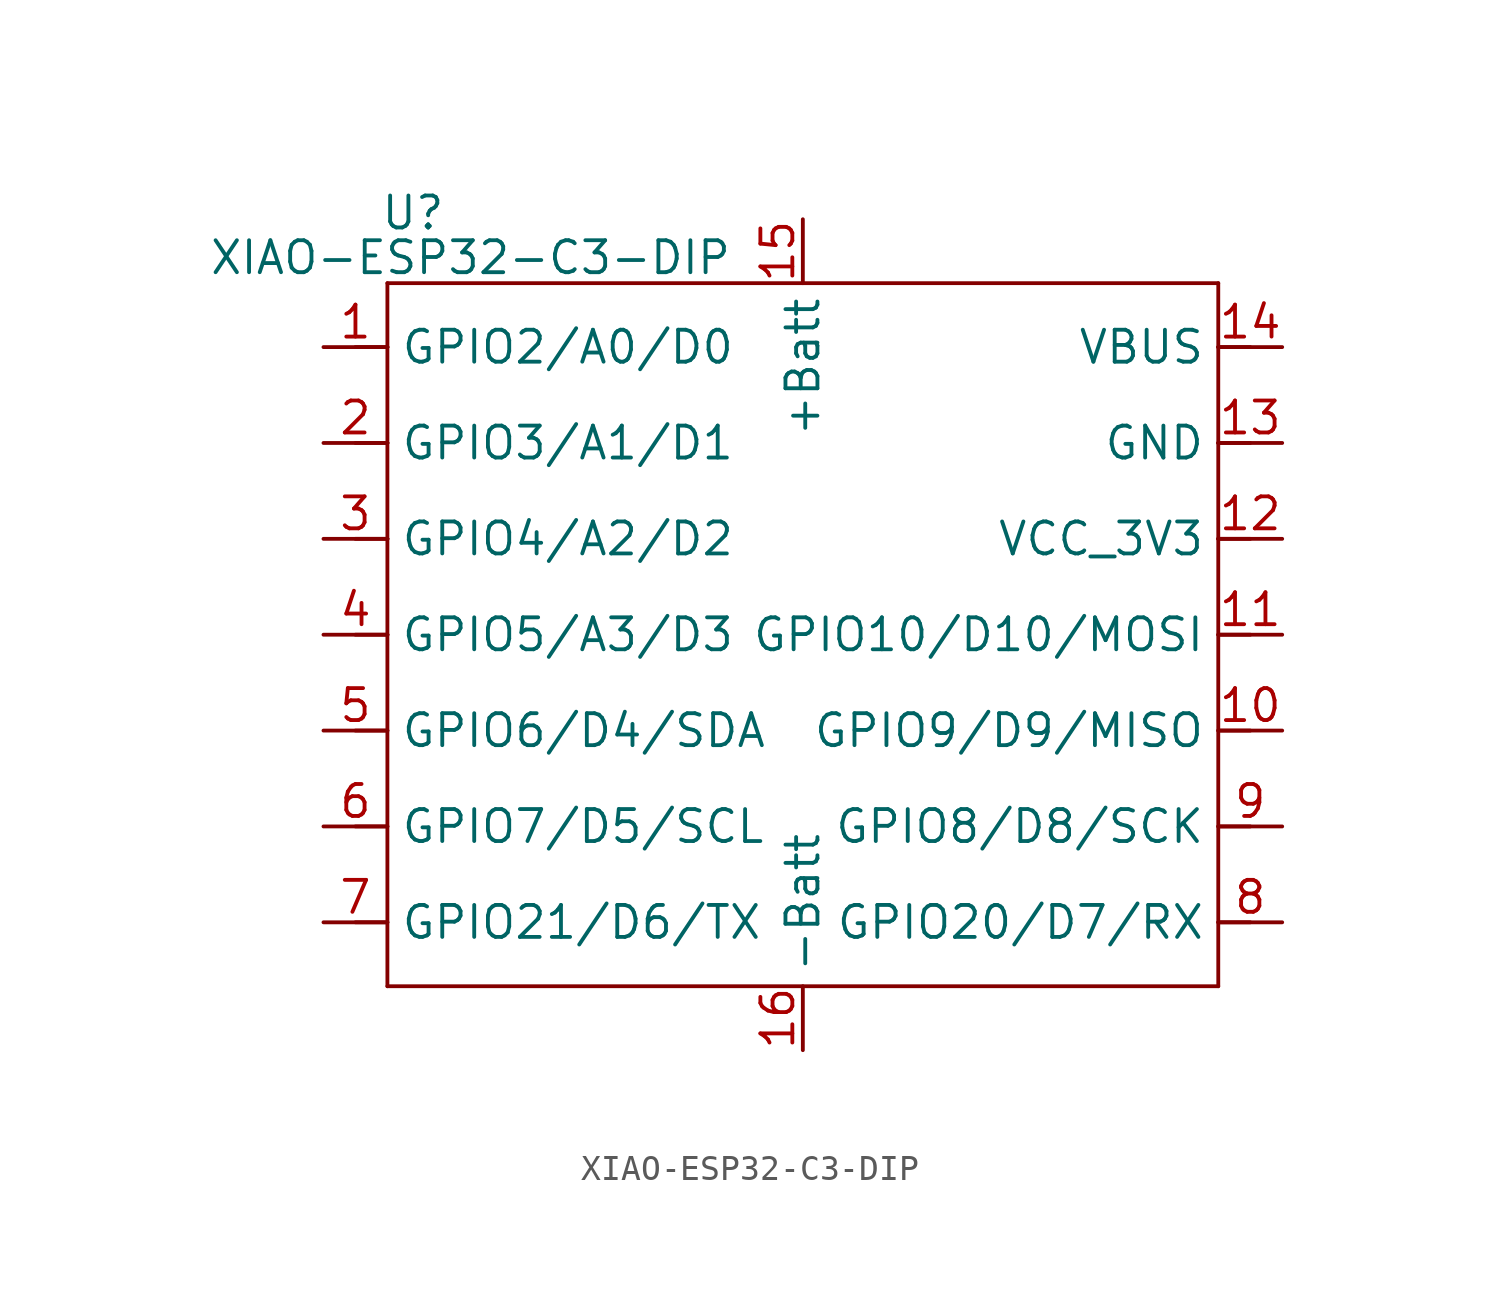
<source format=kicad_sym>
(kicad_symbol_lib
  (version 20241209)
  (generator "kicad_symbol_editor")
  (generator_version "9.0")
  (symbol "XIAO-ESP32-C3-DIP"
    (property "Reference" "U"
      (at 1.016 2.794 0)
      (effects (font (size 1.27 1.27))))
    (property "Value" "XIAO-ESP32-C3-DIP"
      (at 3.302 1.016 0)
      (effects (font (size 1.27 1.27))))
    (symbol "XIAO-ESP32-C3-DIP_1_0"
      (polyline (pts (xy 0 0) (xy 33.02 0)) (stroke (width 0.152) (type solid)) (fill (type none)))
      (polyline (pts (xy 0 -2.54) (xy -1.27 -2.54)) (stroke (width 0.152) (type solid)) (fill (type none)))
      (polyline (pts (xy 0 -2.54) (xy 0 0)) (stroke (width 0.152) (type solid)) (fill (type none)))
      (polyline (pts (xy 0 -6.35) (xy -1.27 -6.35)) (stroke (width 0.152) (type solid)) (fill (type none)))
      (polyline (pts (xy 0 -6.35) (xy 0 -2.54)) (stroke (width 0.152) (type solid)) (fill (type none)))
      (polyline (pts (xy 0 -10.16) (xy -1.27 -10.16)) (stroke (width 0.152) (type solid)) (fill (type none)))
      (polyline (pts (xy 0 -10.16) (xy 0 -6.35)) (stroke (width 0.152) (type solid)) (fill (type none)))
      (polyline (pts (xy 0 -13.97) (xy -1.27 -13.97)) (stroke (width 0.152) (type solid)) (fill (type none)))
      (polyline (pts (xy 0 -13.97) (xy 0 -10.16)) (stroke (width 0.152) (type solid)) (fill (type none)))
      (polyline (pts (xy 0 -17.78) (xy -1.27 -17.78)) (stroke (width 0.152) (type solid)) (fill (type none)))
      (polyline (pts (xy 0 -21.59) (xy -1.27 -21.59)) (stroke (width 0.152) (type solid)) (fill (type none)))
      (polyline (pts (xy 0 -25.4) (xy -1.27 -25.4)) (stroke (width 0.152) (type solid)) (fill (type none)))
      (polyline (pts (xy 0 -27.94) (xy 0 -13.97)) (stroke (width 0.152) (type solid)) (fill (type none)))
      (polyline (pts (xy 33.02 0) (xy 33.02 -2.54)) (stroke (width 0.152) (type solid)) (fill (type none)))
      (polyline (pts (xy 33.02 -2.54) (xy 33.02 -6.35)) (stroke (width 0.152) (type solid)) (fill (type none)))
      (polyline (pts (xy 33.02 -6.35) (xy 33.02 -10.16)) (stroke (width 0.152) (type solid)) (fill (type none)))
      (polyline (pts (xy 33.02 -10.16) (xy 33.02 -27.94)) (stroke (width 0.152) (type solid)) (fill (type none)))
      (polyline (pts (xy 33.02 -27.94) (xy 0 -27.94)) (stroke (width 0.152) (type solid)) (fill (type none)))
      (polyline (pts (xy 34.29 -2.54) (xy 33.02 -2.54)) (stroke (width 0.152) (type solid)) (fill (type none)))
      (polyline (pts (xy 34.29 -6.35) (xy 33.02 -6.35)) (stroke (width 0.152) (type solid)) (fill (type none)))
      (polyline (pts (xy 34.29 -10.16) (xy 33.02 -10.16)) (stroke (width 0.152) (type solid)) (fill (type none)))
      (polyline (pts (xy 34.29 -13.97) (xy 33.02 -13.97)) (stroke (width 0.152) (type solid)) (fill (type none)))
      (polyline (pts (xy 34.29 -17.78) (xy 33.02 -17.78)) (stroke (width 0.152) (type solid)) (fill (type none)))
      (polyline (pts (xy 34.29 -21.59) (xy 33.02 -21.59)) (stroke (width 0.152) (type solid)) (fill (type none)))
      (polyline (pts (xy 34.29 -25.4) (xy 33.02 -25.4)) (stroke (width 0.152) (type solid)) (fill (type none)))
      (pin passive line (at -2.54 -2.54 0) (length 2.54) (name "GPIO2/A0/D0" (effects (font (size 1.27 1.27)))) (number "1" (effects (font (size 1.27 1.27)))))
      (pin passive line (at -2.54 -6.35 0) (length 2.54) (name "GPIO3/A1/D1" (effects (font (size 1.27 1.27)))) (number "2" (effects (font (size 1.27 1.27)))))
      (pin passive line (at -2.54 -10.16 0) (length 2.54) (name "GPIO4/A2/D2" (effects (font (size 1.27 1.27)))) (number "3" (effects (font (size 1.27 1.27)))))
      (pin passive line (at -2.54 -13.97 0) (length 2.54) (name "GPIO5/A3/D3" (effects (font (size 1.27 1.27)))) (number "4" (effects (font (size 1.27 1.27)))))
      (pin passive line (at -2.54 -17.78 0) (length 2.54) (name "GPIO6/D4/SDA" (effects (font (size 1.27 1.27)))) (number "5" (effects (font (size 1.27 1.27)))))
      (pin passive line (at -2.54 -21.59 0) (length 2.54) (name "GPIO7/D5/SCL" (effects (font (size 1.27 1.27)))) (number "6" (effects (font (size 1.27 1.27)))))
      (pin passive line (at -2.54 -25.4 0) (length 2.54) (name "GPIO21/D6/TX" (effects (font (size 1.27 1.27)))) (number "7" (effects (font (size 1.27 1.27)))))
      (pin passive line (at 35.56 -2.54 180) (length 2.54) (name "VBUS" (effects (font (size 1.27 1.27)))) (number "14" (effects (font (size 1.27 1.27)))))
      (pin passive line (at 35.56 -6.35 180) (length 2.54) (name "GND" (effects (font (size 1.27 1.27)))) (number "13" (effects (font (size 1.27 1.27)))))
      (pin passive line (at 35.56 -10.16 180) (length 2.54) (name "VCC_3V3" (effects (font (size 1.27 1.27)))) (number "12" (effects (font (size 1.27 1.27)))))
      (pin passive line (at 35.56 -13.97 180) (length 2.54) (name "GPIO10/D10/MOSI" (effects (font (size 1.27 1.27)))) (number "11" (effects (font (size 1.27 1.27)))))
      (pin passive line (at 35.56 -17.78 180) (length 2.54) (name "GPIO9/D9/MISO" (effects (font (size 1.27 1.27)))) (number "10" (effects (font (size 1.27 1.27)))))
      (pin passive line (at 35.56 -21.59 180) (length 2.54) (name "GPIO8/D8/SCK" (effects (font (size 1.27 1.27)))) (number "9" (effects (font (size 1.27 1.27)))))
      (pin passive line (at 35.56 -25.4 180) (length 2.54) (name "GPIO20/D7/RX" (effects (font (size 1.27 1.27)))) (number "8" (effects (font (size 1.27 1.27))))))
    (symbol "XIAO-ESP32-C3-DIP_1_1"
      (pin input line (at 16.51 2.54 270) (length 2.54) (name "+Batt" (effects (font (size 1.27 1.27)))) (number "15" (effects (font (size 1.27 1.27)))))
      (pin input line (at 16.51 -30.48 90) (length 2.54) (name "-Batt" (effects (font (size 1.27 1.27)))) (number "16" (effects (font (size 1.27 1.27))))))))
</source>
